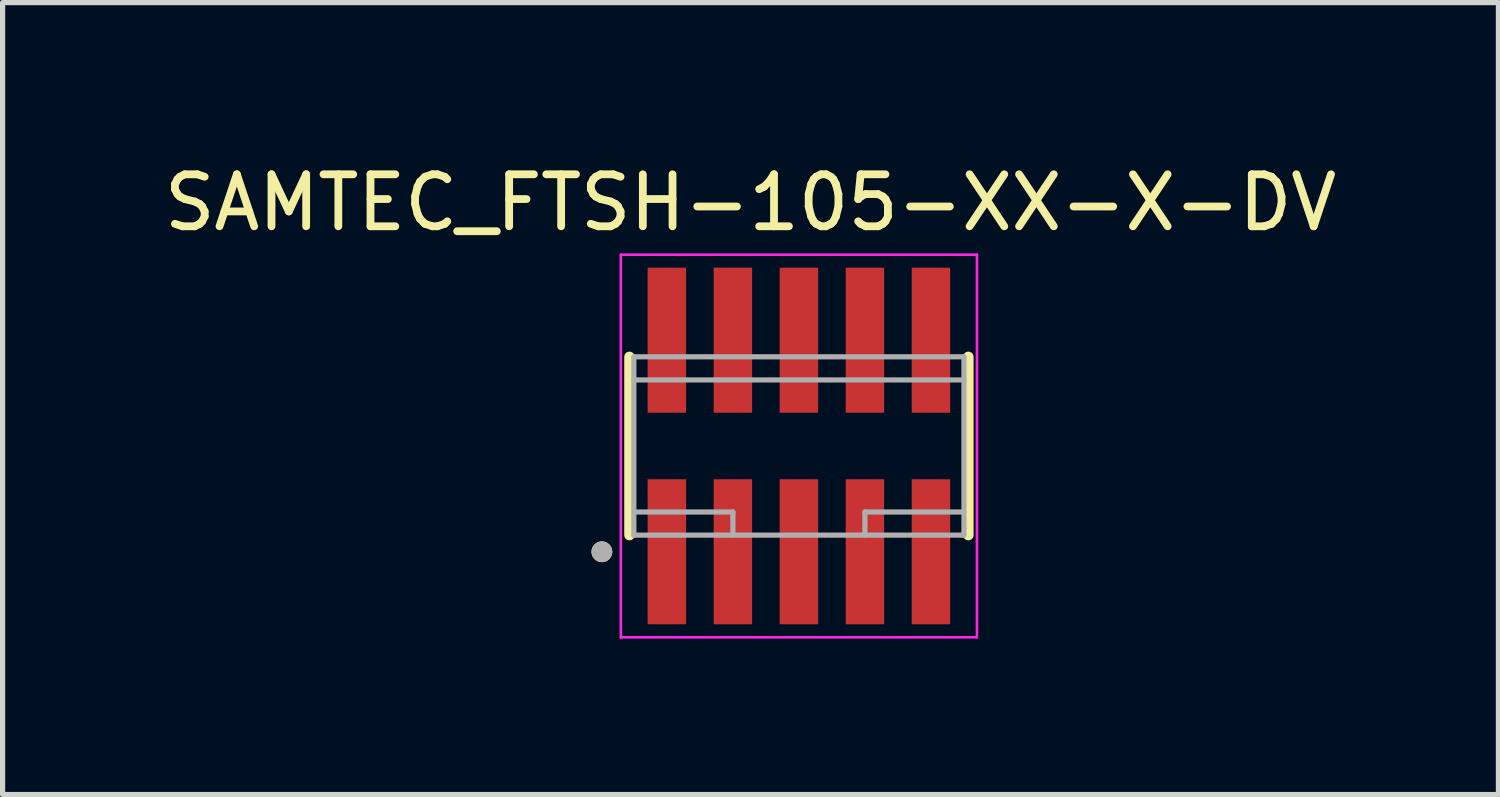
<source format=kicad_pcb>
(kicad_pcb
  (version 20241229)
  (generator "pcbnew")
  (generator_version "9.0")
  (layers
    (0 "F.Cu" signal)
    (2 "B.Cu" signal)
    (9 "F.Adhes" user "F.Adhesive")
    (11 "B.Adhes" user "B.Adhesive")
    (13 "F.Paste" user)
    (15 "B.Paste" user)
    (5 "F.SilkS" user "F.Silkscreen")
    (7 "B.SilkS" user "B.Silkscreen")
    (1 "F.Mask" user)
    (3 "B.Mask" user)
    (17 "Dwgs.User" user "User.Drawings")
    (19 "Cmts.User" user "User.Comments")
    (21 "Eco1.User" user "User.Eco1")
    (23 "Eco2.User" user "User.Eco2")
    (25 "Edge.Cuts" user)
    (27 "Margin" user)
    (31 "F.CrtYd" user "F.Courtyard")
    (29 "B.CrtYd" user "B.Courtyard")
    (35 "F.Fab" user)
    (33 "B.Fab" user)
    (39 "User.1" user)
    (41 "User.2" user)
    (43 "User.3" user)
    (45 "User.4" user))
  (footprint "SAMTEC_FTSH-105-XX-X-DV"
    (layer "F.Cu")
    (at 12.318 5.529)
    (property "Reference" "SAMTEC_FTSH-105-XX-X-DV" (at -0.931 -4.681 0) (layer "F.SilkS") (effects (font (size 1 1) (thickness 0.15))))
    (attr through_hole)
    (fp_line (start -3.26 -1.715) (end -3.26 1.715) (stroke (width 0.2) (type solid)) (layer "F.SilkS"))
    (fp_line (start 3.26 1.715) (end 3.26 -1.715) (stroke (width 0.2) (type solid)) (layer "F.SilkS"))
    (fp_circle (center -3.79 2.035) (end -3.69 2.035) (stroke (width 0.2) (type solid)) (fill no) (layer "F.SilkS"))
    (fp_line (start -3.425 -3.68) (end 3.425 -3.68) (stroke (width 0.05) (type solid)) (layer "F.CrtYd"))
    (fp_line (start -3.425 3.68) (end -3.425 -3.68) (stroke (width 0.05) (type solid)) (layer "F.CrtYd"))
    (fp_line (start 3.425 -3.68) (end 3.425 3.68) (stroke (width 0.05) (type solid)) (layer "F.CrtYd"))
    (fp_line (start 3.425 3.68) (end -3.425 3.68) (stroke (width 0.05) (type solid)) (layer "F.CrtYd"))
    (fp_line (start -3.175 -1.27) (end 3.175 -1.27) (stroke (width 0.1) (type solid)) (layer "F.Fab"))
    (fp_line (start -3.175 1.715) (end -3.175 -1.715) (stroke (width 0.1) (type solid)) (layer "F.Fab"))
    (fp_line (start -3.175 1.715) (end 3.175 1.715) (stroke (width 0.1) (type solid)) (layer "F.Fab"))
    (fp_line (start -1.27 1.27) (end -3.175 1.27) (stroke (width 0.1) (type solid)) (layer "F.Fab"))
    (fp_line (start -1.27 1.714) (end -1.27 1.27) (stroke (width 0.1) (type solid)) (layer "F.Fab"))
    (fp_line (start 1.27 1.27) (end 1.27 1.714) (stroke (width 0.1) (type solid)) (layer "F.Fab"))
    (fp_line (start 1.27 1.27) (end 3.175 1.27) (stroke (width 0.1) (type solid)) (layer "F.Fab"))
    (fp_line (start 3.175 -1.715) (end -3.175 -1.715) (stroke (width 0.1) (type solid)) (layer "F.Fab"))
    (fp_line (start 3.175 1.715) (end 3.175 -1.715) (stroke (width 0.1) (type solid)) (layer "F.Fab"))
    (fp_circle (center -3.79 2.035) (end -3.69 2.035) (stroke (width 0.2) (type solid)) (fill no) (layer "F.Fab"))
    (pad "1" smd rect (at -2.54 2.035) (size 0.74 2.79) (layers "F.Cu" "F.Mask" "F.Paste"))
    (pad "2" smd rect (at -2.54 -2.035) (size 0.74 2.79) (layers "F.Cu" "F.Mask" "F.Paste"))
    (pad "3" smd rect (at -1.27 2.035) (size 0.74 2.79) (layers "F.Cu" "F.Mask" "F.Paste"))
    (pad "4" smd rect (at -1.27 -2.035) (size 0.74 2.79) (layers "F.Cu" "F.Mask" "F.Paste"))
    (pad "5" smd rect (at 0 2.035) (size 0.74 2.79) (layers "F.Cu" "F.Mask" "F.Paste"))
    (pad "6" smd rect (at 0 -2.035) (size 0.74 2.79) (layers "F.Cu" "F.Mask" "F.Paste"))
    (pad "7" smd rect (at 1.27 2.035) (size 0.74 2.79) (layers "F.Cu" "F.Mask" "F.Paste"))
    (pad "8" smd rect (at 1.27 -2.035) (size 0.74 2.79) (layers "F.Cu" "F.Mask" "F.Paste"))
    (pad "9" smd rect (at 2.54 2.035) (size 0.74 2.79) (layers "F.Cu" "F.Mask" "F.Paste"))
    (pad "10" smd rect (at 2.54 -2.035) (size 0.74 2.79) (layers "F.Cu" "F.Mask" "F.Paste")))
  (gr_rect
    (start -3 -3)
    (end 25.774 12.234)
    (stroke (width 0.1) (type default))
    (fill no)
    (layer "Edge.Cuts")))
</source>
